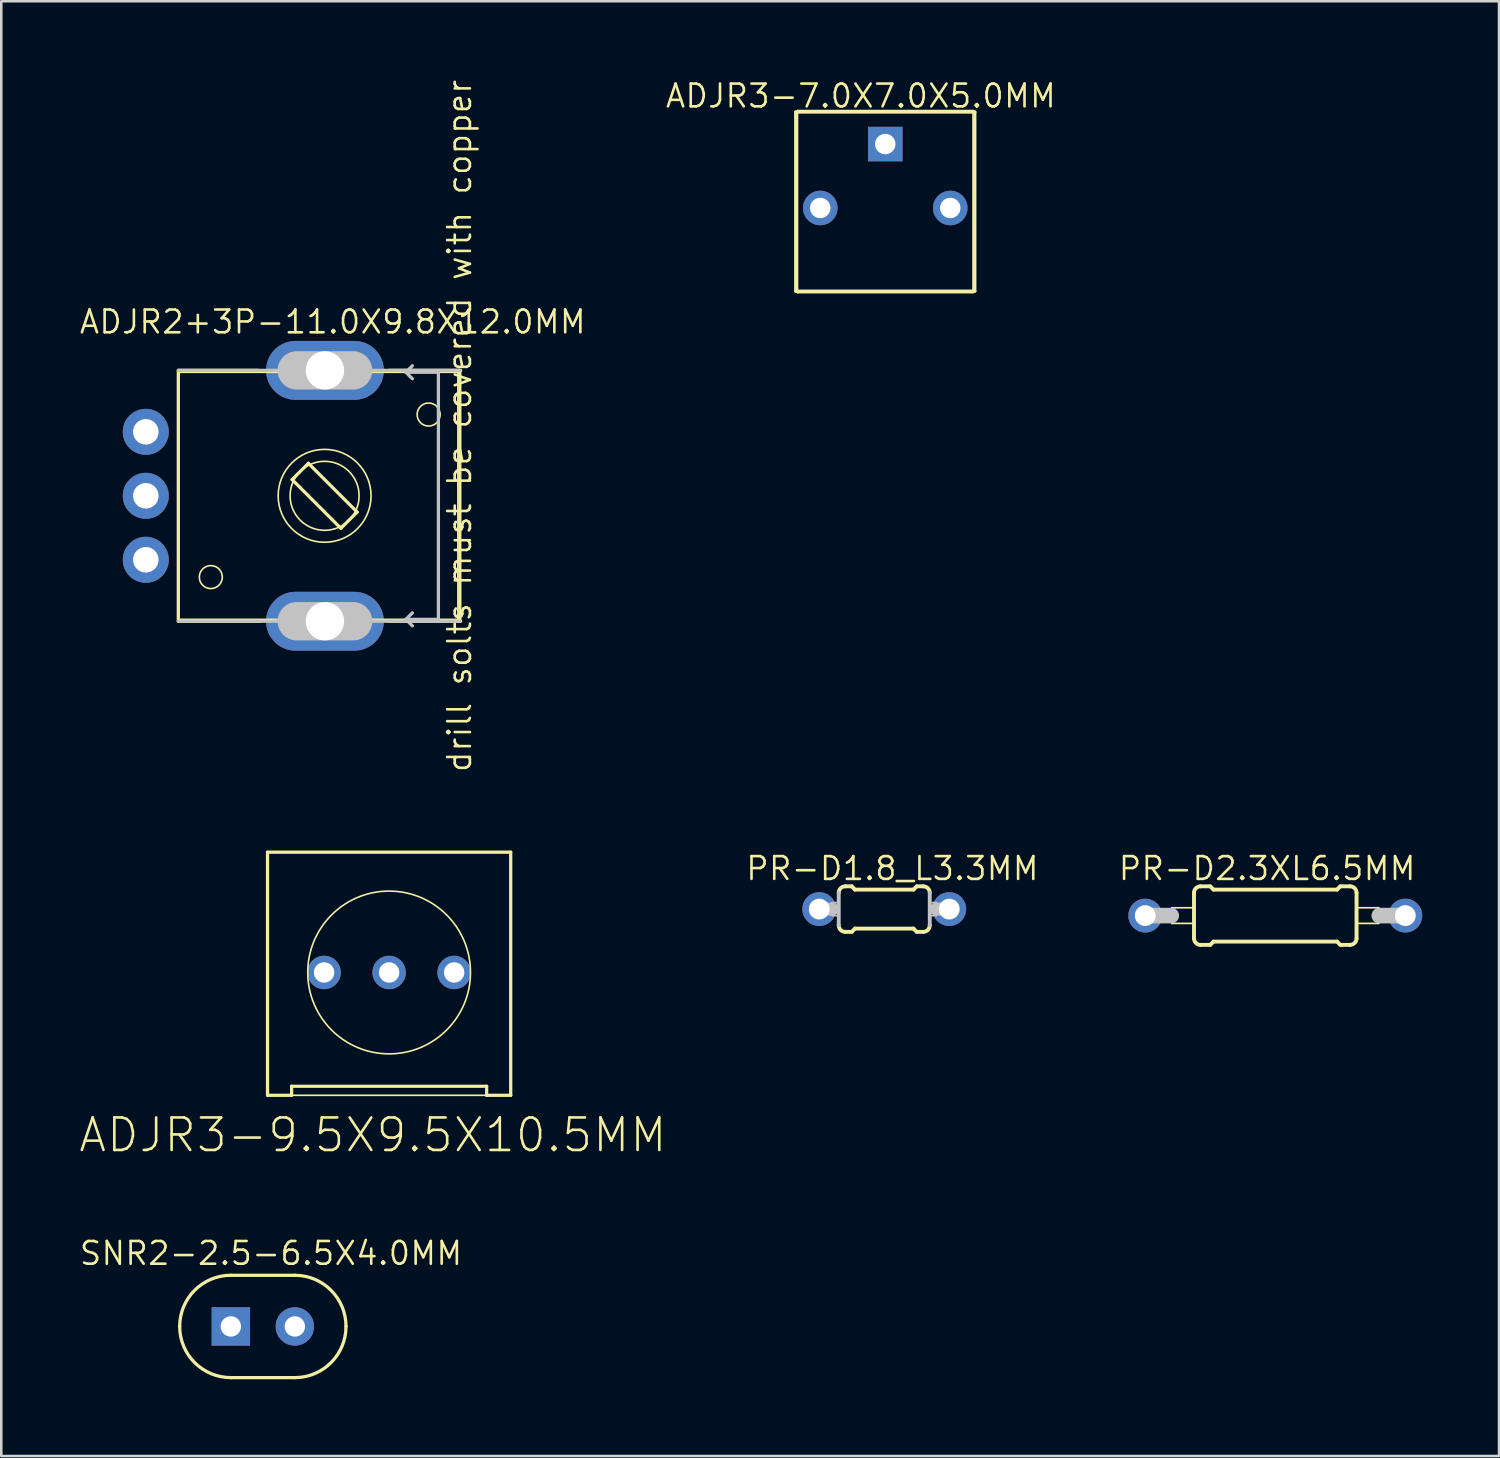
<source format=kicad_pcb>
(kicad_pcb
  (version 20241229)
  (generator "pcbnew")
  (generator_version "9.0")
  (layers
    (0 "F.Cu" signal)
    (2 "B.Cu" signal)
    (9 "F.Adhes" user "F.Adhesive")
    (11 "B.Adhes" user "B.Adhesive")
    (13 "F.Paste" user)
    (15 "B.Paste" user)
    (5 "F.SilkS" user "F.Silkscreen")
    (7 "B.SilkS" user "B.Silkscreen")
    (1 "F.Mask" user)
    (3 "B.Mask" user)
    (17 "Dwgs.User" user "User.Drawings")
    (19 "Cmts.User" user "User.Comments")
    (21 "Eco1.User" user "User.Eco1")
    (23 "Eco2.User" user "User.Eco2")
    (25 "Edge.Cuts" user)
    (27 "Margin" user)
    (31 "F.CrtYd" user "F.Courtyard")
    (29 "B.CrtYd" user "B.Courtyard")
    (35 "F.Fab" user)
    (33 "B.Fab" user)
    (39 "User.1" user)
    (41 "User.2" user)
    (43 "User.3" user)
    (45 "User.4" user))
  (footprint "PR-D2.3XL6.5MM"
    (layer "F.Cu")
    (at 46.642 32.718)
    (property "Reference" "PR-D2.3XL6.5MM" (at -0.191 -1.841 0) (layer "F.SilkS") (effects (font (size 0.889 0.889) (thickness 0.102))))
    (attr exclude_from_pos_files exclude_from_bom)
    (fp_line (start -3.912 -0.305) (end -3.048 -0.305) (stroke (width 0.066) (type solid)) (layer "F.SilkS"))
    (fp_line (start -3.912 0.305) (end -3.912 -0.305) (stroke (width 0.066) (type solid)) (layer "F.SilkS"))
    (fp_line (start -3.912 0.305) (end -3.048 0.305) (stroke (width 0.066) (type solid)) (layer "F.SilkS"))
    (fp_line (start -3.048 0.305) (end -3.048 -0.305) (stroke (width 0.066) (type solid)) (layer "F.SilkS"))
    (fp_line (start -3.048 0.889) (end -3.048 -0.889) (stroke (width 0.152) (type solid)) (layer "F.SilkS"))
    (fp_line (start -2.794 -1.143) (end -2.413 -1.143) (stroke (width 0.152) (type solid)) (layer "F.SilkS"))
    (fp_line (start -2.794 1.143) (end -2.413 1.143) (stroke (width 0.152) (type solid)) (layer "F.SilkS"))
    (fp_line (start -2.286 -1.016) (end -2.413 -1.143) (stroke (width 0.152) (type solid)) (layer "F.SilkS"))
    (fp_line (start -2.286 1.016) (end -2.413 1.143) (stroke (width 0.152) (type solid)) (layer "F.SilkS"))
    (fp_line (start 2.54 -1.016) (end -2.286 -1.016) (stroke (width 0.152) (type solid)) (layer "F.SilkS"))
    (fp_line (start 2.54 -1.016) (end 2.667 -1.143) (stroke (width 0.152) (type solid)) (layer "F.SilkS"))
    (fp_line (start 2.54 1.016) (end -2.286 1.016) (stroke (width 0.152) (type solid)) (layer "F.SilkS"))
    (fp_line (start 2.54 1.016) (end 2.667 1.143) (stroke (width 0.152) (type solid)) (layer "F.SilkS"))
    (fp_line (start 3.048 -1.143) (end 2.667 -1.143) (stroke (width 0.152) (type solid)) (layer "F.SilkS"))
    (fp_line (start 3.048 1.143) (end 2.667 1.143) (stroke (width 0.152) (type solid)) (layer "F.SilkS"))
    (fp_line (start 3.302 -0.305) (end 4.166 -0.305) (stroke (width 0.066) (type solid)) (layer "F.SilkS"))
    (fp_line (start 3.302 0.305) (end 3.302 -0.305) (stroke (width 0.066) (type solid)) (layer "F.SilkS"))
    (fp_line (start 3.302 0.305) (end 4.166 0.305) (stroke (width 0.066) (type solid)) (layer "F.SilkS"))
    (fp_line (start 3.302 0.889) (end 3.302 -0.889) (stroke (width 0.152) (type solid)) (layer "F.SilkS"))
    (fp_line (start 4.166 0.305) (end 4.166 -0.305) (stroke (width 0.066) (type solid)) (layer "F.SilkS"))
    (fp_arc (start -3.048 -0.889) (mid -2.973605 -1.068605) (end -2.794 -1.143) (stroke (width 0.1524) (type solid)) (layer "F.SilkS"))
    (fp_arc (start -2.794 1.143) (mid -2.973605 1.068605) (end -3.048 0.889) (stroke (width 0.1524) (type solid)) (layer "F.SilkS"))
    (fp_arc (start 3.048 -1.143) (mid 3.227605 -1.068605) (end 3.302 -0.889) (stroke (width 0.1524) (type solid)) (layer "F.SilkS"))
    (fp_arc (start 3.302 0.889) (mid 3.227605 1.068605) (end 3.048 1.143) (stroke (width 0.1524) (type solid)) (layer "F.SilkS"))
    (fp_line (start -4.953 0) (end -3.937 0) (stroke (width 0.61) (type solid)) (layer "Dwgs.User"))
    (fp_line (start 5.207 0) (end 4.191 0) (stroke (width 0.61) (type solid)) (layer "Dwgs.User"))
    (pad "1" thru_hole circle (at -4.953 0) (size 1.321 1.321) (drill 0.813) (layers "*.Cu" "*.Paste" "*.Mask"))
    (pad "2" thru_hole circle (at 5.207 0) (size 1.321 1.321) (drill 0.813) (layers "*.Cu" "*.Paste" "*.Mask")))
  (footprint "ADJR3-9.5X9.5X10.5MM"
    (layer "F.Cu")
    (at 12.151 34.94)
    (property "Reference" "ADJR3-9.5X9.5X10.5MM" (at -0.635 6.35 180) (layer "F.SilkS") (effects (font (size 1.27 1.27) (thickness 0.102))))
    (attr exclude_from_pos_files exclude_from_bom)
    (fp_line (start -4.75 -4.699) (end 4.75 -4.699) (stroke (width 0.066) (type solid)) (layer "F.SilkS"))
    (fp_line (start -4.75 -4.699) (end 4.75 -4.699) (stroke (width 0.127) (type solid)) (layer "F.SilkS"))
    (fp_line (start -4.75 4.798) (end -4.75 -4.699) (stroke (width 0.066) (type solid)) (layer "F.SilkS"))
    (fp_line (start -4.75 4.798) (end -4.75 -4.699) (stroke (width 0.127) (type solid)) (layer "F.SilkS"))
    (fp_line (start -4.75 4.798) (end 4.75 4.798) (stroke (width 0.066) (type solid)) (layer "F.SilkS"))
    (fp_line (start -3.81 4.445) (end 3.81 4.445) (stroke (width 0.127) (type solid)) (layer "F.SilkS"))
    (fp_line (start -3.81 4.798) (end -4.75 4.798) (stroke (width 0.127) (type solid)) (layer "F.SilkS"))
    (fp_line (start -3.81 4.798) (end -3.81 4.445) (stroke (width 0.127) (type solid)) (layer "F.SilkS"))
    (fp_line (start 3.81 4.445) (end 3.81 4.798) (stroke (width 0.127) (type solid)) (layer "F.SilkS"))
    (fp_line (start 4.75 -4.699) (end 4.75 4.798) (stroke (width 0.127) (type solid)) (layer "F.SilkS"))
    (fp_line (start 4.75 4.798) (end 3.81 4.798) (stroke (width 0.127) (type solid)) (layer "F.SilkS"))
    (fp_line (start 4.75 4.798) (end 4.75 -4.699) (stroke (width 0.066) (type solid)) (layer "F.SilkS"))
    (fp_circle (center 0 0) (end -2.248 2.248) (stroke (width 0.064) (type solid)) (fill no) (layer "F.SilkS"))
    (pad "1" thru_hole circle (at -2.54 0) (size 1.306 1.306) (drill 0.798) (layers "*.Cu" "*.Paste" "*.Mask"))
    (pad "2" thru_hole circle (at 0 0) (size 1.306 1.306) (drill 0.798) (layers "*.Cu" "*.Paste" "*.Mask"))
    (pad "3" thru_hole circle (at 2.54 0) (size 1.306 1.306) (drill 0.798) (layers "*.Cu" "*.Paste" "*.Mask")))
  (footprint "ADJR2+3P-11.0X9.8X12.0MM"
    (layer "F.Cu")
    (at 2.646 16.319)
    (property "Reference" "ADJR2+3P-11.0X9.8X12.0MM" (at 7.303 -6.795 0) (layer "F.SilkS") (effects (font (size 0.889 0.889) (thickness 0.102))))
    (attr exclude_from_pos_files exclude_from_bom)
    (fp_line (start 1.27 -4.826) (end 12.192 -4.826) (stroke (width 0.066) (type solid)) (layer "F.SilkS"))
    (fp_line (start 1.27 4.826) (end 1.27 -4.826) (stroke (width 0.066) (type solid)) (layer "F.SilkS"))
    (fp_line (start 1.27 4.826) (end 12.192 4.826) (stroke (width 0.066) (type solid)) (layer "F.SilkS"))
    (fp_line (start 1.27 4.9) (end 1.27 -4.9) (stroke (width 0.127) (type solid)) (layer "F.SilkS"))
    (fp_line (start 1.298 -4.9) (end 4.399 -4.9) (stroke (width 0.127) (type solid)) (layer "F.SilkS"))
    (fp_line (start 1.298 4.9) (end 4.498 4.9) (stroke (width 0.127) (type solid)) (layer "F.SilkS"))
    (fp_line (start 5.715 -0.635) (end 6.35 -1.27) (stroke (width 0.127) (type solid)) (layer "F.SilkS"))
    (fp_line (start 6.35 -1.27) (end 8.255 0.635) (stroke (width 0.127) (type solid)) (layer "F.SilkS"))
    (fp_line (start 7.62 1.27) (end 5.715 -0.635) (stroke (width 0.127) (type solid)) (layer "F.SilkS"))
    (fp_line (start 8.255 0.635) (end 7.62 1.27) (stroke (width 0.127) (type solid)) (layer "F.SilkS"))
    (fp_line (start 12.192 4.826) (end 12.192 -4.826) (stroke (width 0.066) (type solid)) (layer "F.SilkS"))
    (fp_line (start 12.268 -4.9) (end 12.268 4.9) (stroke (width 0.127) (type solid)) (layer "F.SilkS"))
    (fp_line (start 12.299 -4.9) (end 9.5 -4.9) (stroke (width 0.127) (type solid)) (layer "F.SilkS"))
    (fp_line (start 12.299 4.9) (end 9.5 4.9) (stroke (width 0.127) (type solid)) (layer "F.SilkS"))
    (fp_circle (center 2.54 3.175) (end 2.857 3.493) (stroke (width 0.064) (type solid)) (fill no) (layer "F.SilkS"))
    (fp_circle (center 6.985 0) (end 7.938 0.953) (stroke (width 0.064) (type solid)) (fill no) (layer "F.SilkS"))
    (fp_circle (center 6.985 0) (end 8.268 1.283) (stroke (width 0.064) (type solid)) (fill no) (layer "F.SilkS"))
    (fp_circle (center 11.049 -3.175) (end 11.367 -3.493) (stroke (width 0.064) (type solid)) (fill no) (layer "F.SilkS"))
    (fp_line (start 1.27 -4.9) (end 12.268 -4.9) (stroke (width 0.127) (type solid)) (layer "Dwgs.User"))
    (fp_line (start 5.898 -4.9) (end 8.098 -4.9) (stroke (width 1.499) (type solid)) (layer "Dwgs.User"))
    (fp_line (start 5.898 4.9) (end 8.098 4.9) (stroke (width 1.499) (type solid)) (layer "Dwgs.User"))
    (fp_line (start 10.16 -4.826) (end 10.414 -5.08) (stroke (width 0.127) (type solid)) (layer "Dwgs.User"))
    (fp_line (start 10.16 -4.826) (end 10.414 -4.572) (stroke (width 0.127) (type solid)) (layer "Dwgs.User"))
    (fp_line (start 10.16 -4.826) (end 11.43 -4.826) (stroke (width 0.127) (type solid)) (layer "Dwgs.User"))
    (fp_line (start 10.16 4.826) (end 10.414 5.08) (stroke (width 0.127) (type solid)) (layer "Dwgs.User"))
    (fp_line (start 10.414 4.572) (end 10.16 4.826) (stroke (width 0.127) (type solid)) (layer "Dwgs.User"))
    (fp_line (start 11.43 -4.826) (end 11.43 4.826) (stroke (width 0.127) (type solid)) (layer "Dwgs.User"))
    (fp_line (start 11.43 4.826) (end 10.16 4.826) (stroke (width 0.127) (type solid)) (layer "Dwgs.User"))
    (fp_line (start 12.268 4.9) (end 1.27 4.9) (stroke (width 0.127) (type solid)) (layer "Dwgs.User"))
    (fp_text user "drill solts must be covered with copper" (at 12.255 -2.731 90) (layer "F.SilkS") (effects (font (size 0.889 0.889) (thickness 0.102))))
    (pad "1" thru_hole circle (at 0 -2.499) (size 1.798 1.798) (drill 0.998) (layers "*.Cu" "*.Paste" "*.Mask"))
    (pad "2" thru_hole circle (at 0 0) (size 1.798 1.798) (drill 0.998) (layers "*.Cu" "*.Paste" "*.Mask"))
    (pad "3" thru_hole circle (at 0 2.499) (size 1.798 1.798) (drill 0.998) (layers "*.Cu" "*.Paste" "*.Mask"))
    (pad "P1" thru_hole oval (at 6.998 -4.9 90) (size 2.299 4.6) (drill 1.499) (layers "*.Cu" "*.Paste" "*.Mask"))
    (pad "P2" thru_hole oval (at 6.998 4.9 90) (size 2.299 4.6) (drill 1.499) (layers "*.Cu" "*.Paste" "*.Mask")))
  (footprint "ADJR3-7.0X7.0X5.0MM"
    (layer "F.Cu")
    (at 31.533 4.826)
    (property "Reference" "ADJR3-7.0X7.0X5.0MM" (at -0.953 -4.128 0) (layer "F.SilkS") (effects (font (size 0.889 0.889) (thickness 0.102))))
    (attr exclude_from_pos_files exclude_from_bom)
    (fp_line (start -3.498 -3.498) (end 3.498 -3.498) (stroke (width 0.127) (type solid)) (layer "F.SilkS"))
    (fp_line (start -3.498 3.498) (end -3.498 -3.498) (stroke (width 0.127) (type solid)) (layer "F.SilkS"))
    (fp_line (start -3.429 -3.556) (end 3.429 -3.556) (stroke (width 0.066) (type solid)) (layer "F.SilkS"))
    (fp_line (start -3.429 3.556) (end -3.429 -3.556) (stroke (width 0.066) (type solid)) (layer "F.SilkS"))
    (fp_line (start -3.429 3.556) (end 3.429 3.556) (stroke (width 0.066) (type solid)) (layer "F.SilkS"))
    (fp_line (start 3.429 3.556) (end 3.429 -3.556) (stroke (width 0.066) (type solid)) (layer "F.SilkS"))
    (fp_line (start 3.498 -3.498) (end 3.498 3.498) (stroke (width 0.127) (type solid)) (layer "F.SilkS"))
    (fp_line (start 3.498 3.498) (end -3.498 3.498) (stroke (width 0.127) (type solid)) (layer "F.SilkS"))
    (pad "1" thru_hole circle (at -2.54 0.249) (size 1.349 1.349) (drill 0.798) (layers "*.Cu" "*.Paste" "*.Mask"))
    (pad "2" thru_hole circle (at 2.54 0.249) (size 1.349 1.349) (drill 0.798) (layers "*.Cu" "*.Paste" "*.Mask"))
    (pad "3" thru_hole rect (at 0 -2.248) (size 1.349 1.349) (drill 0.798) (layers "*.Cu" "*.Paste" "*.Mask")))
  (footprint "SNR2-2.5-6.5X4.0MM"
    (layer "F.Cu")
    (at 7.218 48.768)
    (property "Reference" "SNR2-2.5-6.5X4.0MM" (at 0.318 -2.857 0) (layer "F.SilkS") (effects (font (size 0.889 0.889) (thickness 0.102))))
    (attr exclude_from_pos_files exclude_from_bom)
    (fp_line (start -1.25 -1.999) (end 1.25 -1.999) (stroke (width 0.127) (type solid)) (layer "F.SilkS"))
    (fp_line (start 1.25 1.999) (end -1.25 1.999) (stroke (width 0.127) (type solid)) (layer "F.SilkS"))
    (fp_arc (start -3.24866 0) (mid -2.663172 -1.413492) (end -1.24968 -1.99898) (stroke (width 0.127) (type solid)) (layer "F.SilkS"))
    (fp_arc (start -1.24968 1.99898) (mid -2.663172 1.413492) (end -3.24866 0) (stroke (width 0.127) (type solid)) (layer "F.SilkS"))
    (fp_arc (start 1.24968 -1.99898) (mid 2.663172 -1.413492) (end 3.24866 0) (stroke (width 0.127) (type solid)) (layer "F.SilkS"))
    (fp_arc (start 3.24866 0) (mid 2.663172 1.413492) (end 1.24968 1.99898) (stroke (width 0.127) (type solid)) (layer "F.SilkS"))
    (pad "1" thru_hole rect (at -1.25 0) (size 1.499 1.499) (drill 0.798) (layers "*.Cu" "*.Paste" "*.Mask"))
    (pad "2" thru_hole circle (at 1.25 0) (size 1.499 1.499) (drill 0.798) (layers "*.Cu" "*.Paste" "*.Mask")))
  (footprint "PR-D1.8_L3.3MM"
    (layer "F.Cu")
    (at 31.493 32.464)
    (property "Reference" "PR-D1.8_L3.3MM" (at 0.318 -1.587 0) (layer "F.SilkS") (effects (font (size 0.889 0.889) (thickness 0.102))))
    (attr exclude_from_pos_files exclude_from_bom)
    (fp_line (start -1.524 -0.889) (end -1.27 -0.889) (stroke (width 0.152) (type solid)) (layer "F.SilkS"))
    (fp_line (start -1.524 0.889) (end -1.27 0.889) (stroke (width 0.152) (type solid)) (layer "F.SilkS"))
    (fp_line (start -1.143 -0.762) (end -1.27 -0.889) (stroke (width 0.152) (type solid)) (layer "F.SilkS"))
    (fp_line (start -1.143 0.762) (end -1.27 0.889) (stroke (width 0.152) (type solid)) (layer "F.SilkS"))
    (fp_line (start 1.143 -0.762) (end -1.143 -0.762) (stroke (width 0.152) (type solid)) (layer "F.SilkS"))
    (fp_line (start 1.143 -0.762) (end 1.27 -0.889) (stroke (width 0.152) (type solid)) (layer "F.SilkS"))
    (fp_line (start 1.143 0.762) (end -1.143 0.762) (stroke (width 0.152) (type solid)) (layer "F.SilkS"))
    (fp_line (start 1.143 0.762) (end 1.27 0.889) (stroke (width 0.152) (type solid)) (layer "F.SilkS"))
    (fp_line (start 1.524 -0.889) (end 1.27 -0.889) (stroke (width 0.152) (type solid)) (layer "F.SilkS"))
    (fp_line (start 1.524 0.889) (end 1.27 0.889) (stroke (width 0.152) (type solid)) (layer "F.SilkS"))
    (fp_arc (start -1.778 -0.635) (mid -1.703605 -0.814605) (end -1.524 -0.889) (stroke (width 0.1524) (type solid)) (layer "F.SilkS"))
    (fp_arc (start -1.524 0.889) (mid -1.703605 0.814605) (end -1.778 0.635) (stroke (width 0.1524) (type solid)) (layer "F.SilkS"))
    (fp_arc (start 1.524 -0.889) (mid 1.703605 -0.814605) (end 1.778 -0.635) (stroke (width 0.1524) (type solid)) (layer "F.SilkS"))
    (fp_arc (start 1.778 0.635) (mid 1.703605 0.814605) (end 1.524 0.889) (stroke (width 0.1524) (type solid)) (layer "F.SilkS"))
    (fp_line (start -2.54 0) (end -2.032 0) (stroke (width 0.508) (type solid)) (layer "Dwgs.User"))
    (fp_line (start -2.032 -0.254) (end -1.778 -0.254) (stroke (width 0.066) (type solid)) (layer "Dwgs.User"))
    (fp_line (start -2.032 0.254) (end -2.032 -0.254) (stroke (width 0.066) (type solid)) (layer "Dwgs.User"))
    (fp_line (start -2.032 0.254) (end -1.778 0.254) (stroke (width 0.066) (type solid)) (layer "Dwgs.User"))
    (fp_line (start -1.778 0.254) (end -1.778 -0.254) (stroke (width 0.066) (type solid)) (layer "Dwgs.User"))
    (fp_line (start -1.778 0.635) (end -1.778 -0.635) (stroke (width 0.152) (type solid)) (layer "Dwgs.User"))
    (fp_line (start 1.778 -0.254) (end 2.032 -0.254) (stroke (width 0.066) (type solid)) (layer "Dwgs.User"))
    (fp_line (start 1.778 0.254) (end 1.778 -0.254) (stroke (width 0.066) (type solid)) (layer "Dwgs.User"))
    (fp_line (start 1.778 0.254) (end 2.032 0.254) (stroke (width 0.066) (type solid)) (layer "Dwgs.User"))
    (fp_line (start 1.778 0.635) (end 1.778 -0.635) (stroke (width 0.152) (type solid)) (layer "Dwgs.User"))
    (fp_line (start 2.032 0.254) (end 2.032 -0.254) (stroke (width 0.066) (type solid)) (layer "Dwgs.User"))
    (fp_line (start 2.54 0) (end 2.032 0) (stroke (width 0.508) (type solid)) (layer "Dwgs.User"))
    (pad "5" thru_hole circle (at -2.54 0) (size 1.321 1.321) (drill 0.813) (layers "*.Cu" "*.Paste" "*.Mask"))
    (pad "6" thru_hole circle (at 2.54 0) (size 1.321 1.321) (drill 0.813) (layers "*.Cu" "*.Paste" "*.Mask")))
  (gr_rect
    (start -3 -3)
    (end 55.51 53.83)
    (stroke (width 0.1) (type default))
    (fill no)
    (layer "Edge.Cuts")))
</source>
